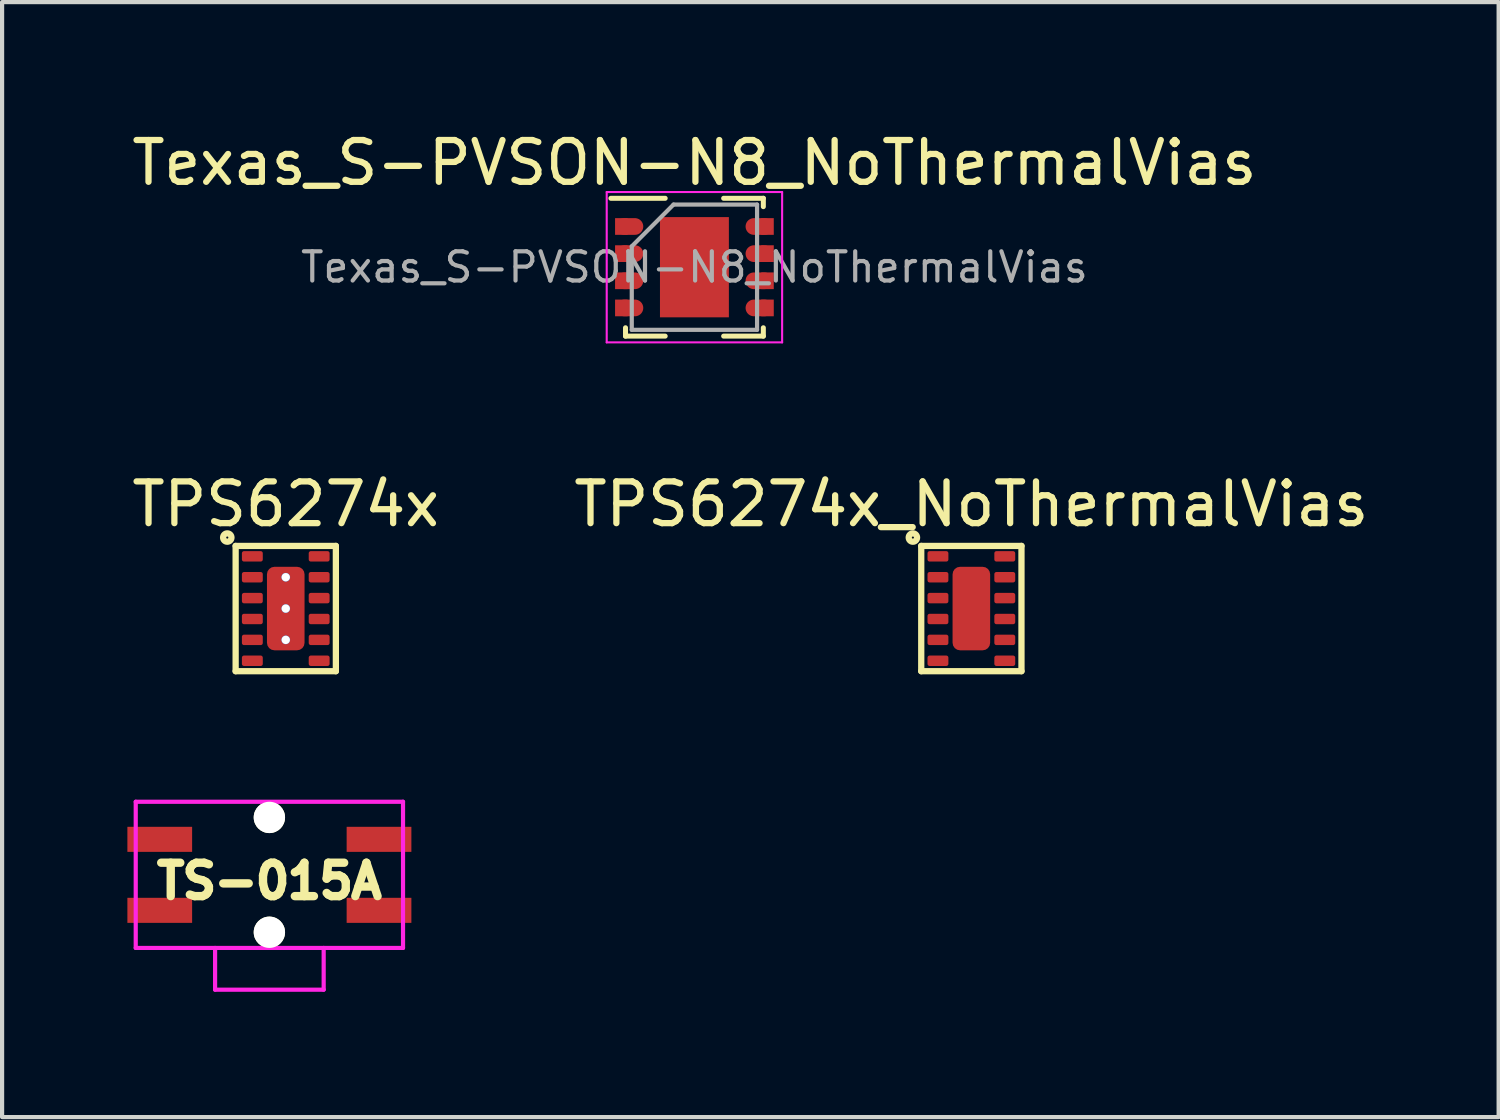
<source format=kicad_pcb>
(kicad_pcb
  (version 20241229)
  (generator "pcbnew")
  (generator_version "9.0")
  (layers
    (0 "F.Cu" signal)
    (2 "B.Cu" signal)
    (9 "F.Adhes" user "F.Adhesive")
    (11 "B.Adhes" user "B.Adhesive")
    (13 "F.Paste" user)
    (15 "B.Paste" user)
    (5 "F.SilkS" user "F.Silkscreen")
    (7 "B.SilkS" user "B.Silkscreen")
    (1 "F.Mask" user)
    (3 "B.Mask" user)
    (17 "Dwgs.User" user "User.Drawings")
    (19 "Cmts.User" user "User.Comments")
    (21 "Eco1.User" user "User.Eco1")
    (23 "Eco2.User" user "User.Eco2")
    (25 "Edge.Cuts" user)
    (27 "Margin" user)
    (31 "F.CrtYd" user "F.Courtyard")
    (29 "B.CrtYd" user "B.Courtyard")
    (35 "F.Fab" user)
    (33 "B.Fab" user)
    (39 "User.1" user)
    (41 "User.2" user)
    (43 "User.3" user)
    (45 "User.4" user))
  (footprint "TPS6274x"
    (layer "F.Cu")
    (at 3.792 11.521)
    (property "Reference" "TPS6274x" (at 0 -2.5 0) (layer "F.SilkS") (effects (font (size 1 1) (thickness 0.15))))
    (attr through_hole)
    (fp_line (start -1.2 -1.5) (end -1.2 1.5) (stroke (width 0.15) (type solid)) (layer "F.SilkS"))
    (fp_line (start -1.2 1.5) (end 1.2 1.5) (stroke (width 0.15) (type solid)) (layer "F.SilkS"))
    (fp_line (start 1.2 -1.5) (end -1.2 -1.5) (stroke (width 0.15) (type solid)) (layer "F.SilkS"))
    (fp_line (start 1.2 1.5) (end 1.2 -1.5) (stroke (width 0.15) (type solid)) (layer "F.SilkS"))
    (fp_circle (center -1.4 -1.7) (end -1.4 -1.6) (stroke (width 0.15) (type solid)) (fill no) (layer "F.SilkS"))
    (pad "1" smd roundrect (at -0.8 -1.25) (size 0.5 0.25) (layers "F.Cu" "F.Mask" "F.Paste") (roundrect_rratio 0.2))
    (pad "2" smd roundrect (at -0.8 -0.75) (size 0.5 0.25) (layers "F.Cu" "F.Mask" "F.Paste") (roundrect_rratio 0.2))
    (pad "3" smd roundrect (at -0.8 -0.25) (size 0.5 0.25) (layers "F.Cu" "F.Mask" "F.Paste") (roundrect_rratio 0.2))
    (pad "4" smd roundrect (at -0.8 0.25) (size 0.5 0.25) (layers "F.Cu" "F.Mask" "F.Paste") (roundrect_rratio 0.2))
    (pad "5" smd roundrect (at -0.8 0.75) (size 0.5 0.25) (layers "F.Cu" "F.Mask" "F.Paste") (roundrect_rratio 0.2))
    (pad "6" smd roundrect (at -0.8 1.25) (size 0.5 0.25) (layers "F.Cu" "F.Mask" "F.Paste") (roundrect_rratio 0.2))
    (pad "7" smd roundrect (at 0.8 1.25) (size 0.5 0.25) (layers "F.Cu" "F.Mask" "F.Paste") (roundrect_rratio 0.2))
    (pad "8" smd roundrect (at 0.8 0.75) (size 0.5 0.25) (layers "F.Cu" "F.Mask" "F.Paste") (roundrect_rratio 0.2))
    (pad "9" smd roundrect (at 0.8 0.25) (size 0.5 0.25) (layers "F.Cu" "F.Mask" "F.Paste") (roundrect_rratio 0.2))
    (pad "10" smd roundrect (at 0.8 -0.25) (size 0.5 0.25) (layers "F.Cu" "F.Mask" "F.Paste") (roundrect_rratio 0.2))
    (pad "11" smd roundrect (at 0.8 -0.75) (size 0.5 0.25) (layers "F.Cu" "F.Mask" "F.Paste") (roundrect_rratio 0.2))
    (pad "12" smd roundrect (at 0.8 -1.25) (size 0.5 0.25) (layers "F.Cu" "F.Mask" "F.Paste") (roundrect_rratio 0.2))
    (pad "13" thru_hole circle (at 0 -0.75) (size 0.21 0.21) (drill 0.2) (layers "*.Cu" "*.Mask"))
    (pad "13" thru_hole circle (at 0 0) (size 0.21 0.21) (drill 0.2) (layers "*.Cu" "*.Mask"))
    (pad "13" smd roundrect (at 0 0) (size 0.9 2) (layers "F.Cu" "F.Mask" "F.Paste") (roundrect_rratio 0.2))
    (pad "13" thru_hole circle (at 0 0.75) (size 0.21 0.21) (drill 0.2) (layers "*.Cu" "*.Mask")))
  (footprint "TPS6274x_NoThermalVias"
    (layer "F.Cu")
    (at 20.208 11.521)
    (property "Reference" "TPS6274x_NoThermalVias" (at 0 -2.5 0) (layer "F.SilkS") (effects (font (size 1 1) (thickness 0.15))))
    (attr through_hole)
    (fp_line (start -1.2 -1.5) (end -1.2 1.5) (stroke (width 0.15) (type solid)) (layer "F.SilkS"))
    (fp_line (start -1.2 1.5) (end 1.2 1.5) (stroke (width 0.15) (type solid)) (layer "F.SilkS"))
    (fp_line (start 1.2 -1.5) (end -1.2 -1.5) (stroke (width 0.15) (type solid)) (layer "F.SilkS"))
    (fp_line (start 1.2 1.5) (end 1.2 -1.5) (stroke (width 0.15) (type solid)) (layer "F.SilkS"))
    (fp_circle (center -1.4 -1.7) (end -1.4 -1.6) (stroke (width 0.15) (type solid)) (fill no) (layer "F.SilkS"))
    (pad "1" smd roundrect (at -0.8 -1.25) (size 0.5 0.25) (layers "F.Cu" "F.Mask" "F.Paste") (roundrect_rratio 0.2))
    (pad "2" smd roundrect (at -0.8 -0.75) (size 0.5 0.25) (layers "F.Cu" "F.Mask" "F.Paste") (roundrect_rratio 0.2))
    (pad "3" smd roundrect (at -0.8 -0.25) (size 0.5 0.25) (layers "F.Cu" "F.Mask" "F.Paste") (roundrect_rratio 0.2))
    (pad "4" smd roundrect (at -0.8 0.25) (size 0.5 0.25) (layers "F.Cu" "F.Mask" "F.Paste") (roundrect_rratio 0.2))
    (pad "5" smd roundrect (at -0.8 0.75) (size 0.5 0.25) (layers "F.Cu" "F.Mask" "F.Paste") (roundrect_rratio 0.2))
    (pad "6" smd roundrect (at -0.8 1.25) (size 0.5 0.25) (layers "F.Cu" "F.Mask" "F.Paste") (roundrect_rratio 0.2))
    (pad "7" smd roundrect (at 0.8 1.25) (size 0.5 0.25) (layers "F.Cu" "F.Mask" "F.Paste") (roundrect_rratio 0.2))
    (pad "8" smd roundrect (at 0.8 0.75) (size 0.5 0.25) (layers "F.Cu" "F.Mask" "F.Paste") (roundrect_rratio 0.2))
    (pad "9" smd roundrect (at 0.8 0.25) (size 0.5 0.25) (layers "F.Cu" "F.Mask" "F.Paste") (roundrect_rratio 0.2))
    (pad "10" smd roundrect (at 0.8 -0.25) (size 0.5 0.25) (layers "F.Cu" "F.Mask" "F.Paste") (roundrect_rratio 0.2))
    (pad "11" smd roundrect (at 0.8 -0.75) (size 0.5 0.25) (layers "F.Cu" "F.Mask" "F.Paste") (roundrect_rratio 0.2))
    (pad "12" smd roundrect (at 0.8 -1.25) (size 0.5 0.25) (layers "F.Cu" "F.Mask" "F.Paste") (roundrect_rratio 0.2))
    (pad "13" smd roundrect (at 0 0) (size 0.9 2) (layers "F.Cu" "F.Mask" "F.Paste") (roundrect_rratio 0.2)))
  (footprint "Texas_S-PVSON-N8_NoThermalVias"
    (layer "F.Cu")
    (at 13.577 3.348)
    (property "Reference" "Texas_S-PVSON-N8_NoThermalVias" (at 0 -2.5 0) (layer "F.SilkS") (effects (font (size 1 1) (thickness 0.15))))
    (attr smd)
    (fp_line (start -2 -1.65) (end -0.7 -1.65) (stroke (width 0.12) (type solid)) (layer "F.SilkS"))
    (fp_line (start -1.65 1.65) (end -1.65 1.45) (stroke (width 0.12) (type solid)) (layer "F.SilkS"))
    (fp_line (start -1.65 1.65) (end -0.7 1.65) (stroke (width 0.12) (type solid)) (layer "F.SilkS"))
    (fp_line (start 0.7 -1.65) (end 1.65 -1.65) (stroke (width 0.12) (type solid)) (layer "F.SilkS"))
    (fp_line (start 0.7 1.65) (end 1.65 1.65) (stroke (width 0.12) (type solid)) (layer "F.SilkS"))
    (fp_line (start 1.65 -1.45) (end 1.65 -1.65) (stroke (width 0.12) (type solid)) (layer "F.SilkS"))
    (fp_line (start 1.65 1.45) (end 1.65 1.65) (stroke (width 0.12) (type solid)) (layer "F.SilkS"))
    (fp_line (start -2.1 -1.8) (end -2.1 1.8) (stroke (width 0.05) (type solid)) (layer "F.CrtYd"))
    (fp_line (start -2.1 -1.8) (end 2.1 -1.8) (stroke (width 0.05) (type solid)) (layer "F.CrtYd"))
    (fp_line (start -2.1 1.8) (end 2.1 1.8) (stroke (width 0.05) (type solid)) (layer "F.CrtYd"))
    (fp_line (start 2.1 -1.8) (end 2.1 1.8) (stroke (width 0.05) (type solid)) (layer "F.CrtYd"))
    (fp_line (start -1.5 1.5) (end -1.5 -0.5) (stroke (width 0.1) (type solid)) (layer "F.Fab"))
    (fp_line (start -0.5 -1.5) (end -1.5 -0.5) (stroke (width 0.1) (type solid)) (layer "F.Fab"))
    (fp_line (start -0.5 -1.5) (end 1.5 -1.5) (stroke (width 0.1) (type solid)) (layer "F.Fab"))
    (fp_line (start 1.5 -1.5) (end 1.5 1.5) (stroke (width 0.1) (type solid)) (layer "F.Fab"))
    (fp_line (start 1.5 1.5) (end -1.5 1.5) (stroke (width 0.1) (type solid)) (layer "F.Fab"))
    (fp_text user "${REFERENCE}" (at 0 0 0) (layer "F.Fab") (effects (font (size 0.7 0.7) (thickness 0.1))))
    (pad "1" smd rect (at -1.75 -0.975) (size 0.3 0.4) (layers "F.Cu" "F.Mask" "F.Paste"))
    (pad "1" smd oval (at -1.55 -0.975) (size 0.65 0.4) (layers "F.Cu" "F.Mask" "F.Paste"))
    (pad "2" smd rect (at -1.75 -0.325) (size 0.3 0.4) (layers "F.Cu" "F.Mask" "F.Paste"))
    (pad "2" smd oval (at -1.55 -0.325) (size 0.65 0.4) (layers "F.Cu" "F.Mask" "F.Paste"))
    (pad "3" smd rect (at -1.75 0.325) (size 0.3 0.4) (layers "F.Cu" "F.Mask" "F.Paste"))
    (pad "3" smd oval (at -1.55 0.325) (size 0.65 0.4) (layers "F.Cu" "F.Mask" "F.Paste"))
    (pad "4" smd rect (at -1.75 0.975) (size 0.3 0.4) (layers "F.Cu" "F.Mask" "F.Paste"))
    (pad "4" smd oval (at -1.55 0.975) (size 0.65 0.4) (layers "F.Cu" "F.Mask" "F.Paste"))
    (pad "5" smd oval (at 1.55 0.975) (size 0.65 0.4) (layers "F.Cu" "F.Mask" "F.Paste"))
    (pad "5" smd rect (at 1.75 0.975) (size 0.3 0.4) (layers "F.Cu" "F.Mask" "F.Paste"))
    (pad "6" smd oval (at 1.55 0.325) (size 0.65 0.4) (layers "F.Cu" "F.Mask" "F.Paste"))
    (pad "6" smd rect (at 1.75 0.325) (size 0.3 0.4) (layers "F.Cu" "F.Mask" "F.Paste"))
    (pad "7" smd oval (at 1.55 -0.325) (size 0.65 0.4) (layers "F.Cu" "F.Mask" "F.Paste"))
    (pad "7" smd rect (at 1.75 -0.325) (size 0.3 0.4) (layers "F.Cu" "F.Mask" "F.Paste"))
    (pad "8" smd oval (at 1.55 -0.975) (size 0.65 0.4) (layers "F.Cu" "F.Mask" "F.Paste"))
    (pad "8" smd rect (at 1.75 -0.975) (size 0.3 0.4) (layers "F.Cu" "F.Mask" "F.Paste"))
    (pad "9" smd rect (at -0.45 -0.625) (size 0.65 1) (layers "F.Cu" "F.Mask" "F.Paste"))
    (pad "9" smd rect (at -0.45 0.625) (size 0.65 1) (layers "F.Cu" "F.Mask" "F.Paste"))
    (pad "9" smd rect (at 0 0) (size 1.65 2.4) (layers "F.Cu" "F.Mask"))
    (pad "9" smd rect (at 0.45 -0.625) (size 0.65 1) (layers "F.Cu" "F.Mask" "F.Paste"))
    (pad "9" smd rect (at 0.45 0.625) (size 0.65 1) (layers "F.Cu" "F.Mask" "F.Paste")))
  (footprint "TS-015A"
    (layer "F.Cu")
    (at 3.4 17.047)
    (property "Reference" "TS-015A" (at 0 1 0) (layer "F.SilkS") (effects (font (size 0.8 0.8) (thickness 0.2))))
    (attr through_hole)
    (fp_line (start -3.2 -0.9) (end 3.2 -0.9) (stroke (width 0.1) (type solid)) (layer "F.CrtYd"))
    (fp_line (start -3.2 2.6) (end -3.2 -0.9) (stroke (width 0.1) (type solid)) (layer "F.CrtYd"))
    (fp_line (start -1.3 3.6) (end -1.3 2.6) (stroke (width 0.1) (type solid)) (layer "F.CrtYd"))
    (fp_line (start -1.3 3.6) (end 1.3 3.6) (stroke (width 0.1) (type solid)) (layer "F.CrtYd"))
    (fp_line (start 1.3 3.6) (end 1.3 2.6) (stroke (width 0.1) (type solid)) (layer "F.CrtYd"))
    (fp_line (start 3.2 -0.9) (end 3.2 2.6) (stroke (width 0.1) (type solid)) (layer "F.CrtYd"))
    (fp_line (start 3.2 2.6) (end -3.2 2.6) (stroke (width 0.1) (type solid)) (layer "F.CrtYd"))
    (pad "" np_thru_hole circle (at 0 -0.525) (size 0.75 0.75) (drill 0.75) (layers "*.Cu" "*.Mask" "F.SilkS"))
    (pad "" np_thru_hole circle (at 0 2.225) (size 0.75 0.75) (drill 0.75) (layers "*.Cu" "*.Mask" "F.SilkS"))
    (pad "1" smd rect (at -2.625 0) (size 1.55 0.6) (layers "F.Cu" "F.Mask" "F.Paste"))
    (pad "1" smd rect (at 2.625 0) (size 1.55 0.6) (layers "F.Cu" "F.Mask" "F.Paste"))
    (pad "2" smd rect (at -2.625 1.7) (size 1.55 0.6) (layers "F.Cu" "F.Mask" "F.Paste"))
    (pad "2" smd rect (at 2.625 1.7) (size 1.55 0.6) (layers "F.Cu" "F.Mask" "F.Paste")))
  (gr_rect
    (start -3 -3)
    (end 32.833 23.697)
    (stroke (width 0.1) (type default))
    (fill no)
    (layer "Edge.Cuts")))
</source>
